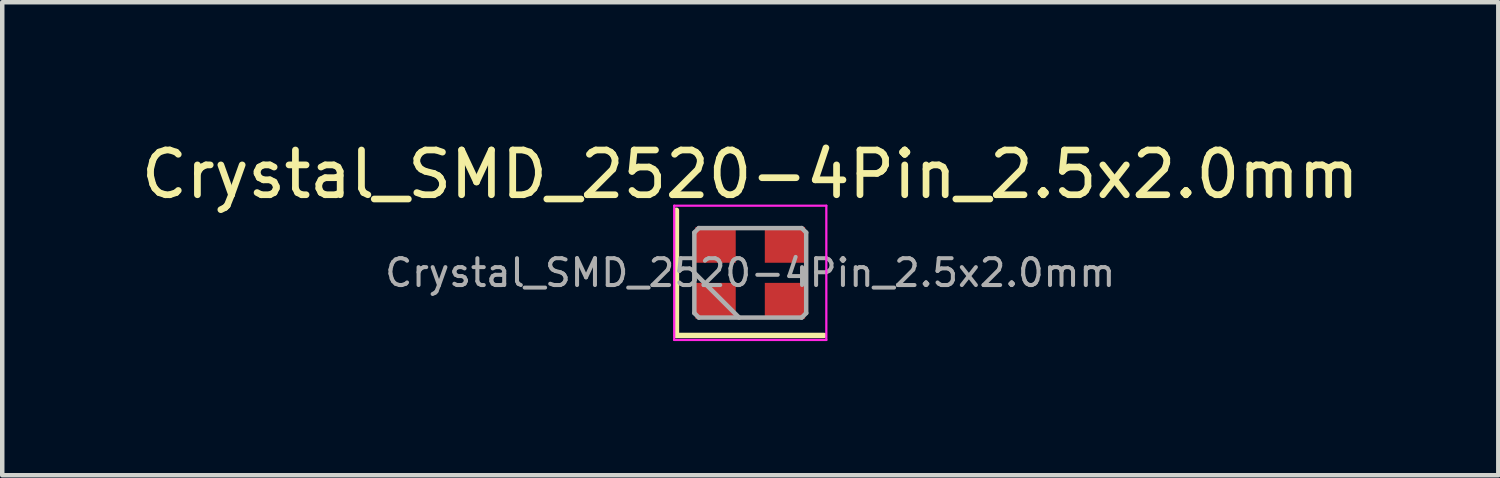
<source format=kicad_pcb>
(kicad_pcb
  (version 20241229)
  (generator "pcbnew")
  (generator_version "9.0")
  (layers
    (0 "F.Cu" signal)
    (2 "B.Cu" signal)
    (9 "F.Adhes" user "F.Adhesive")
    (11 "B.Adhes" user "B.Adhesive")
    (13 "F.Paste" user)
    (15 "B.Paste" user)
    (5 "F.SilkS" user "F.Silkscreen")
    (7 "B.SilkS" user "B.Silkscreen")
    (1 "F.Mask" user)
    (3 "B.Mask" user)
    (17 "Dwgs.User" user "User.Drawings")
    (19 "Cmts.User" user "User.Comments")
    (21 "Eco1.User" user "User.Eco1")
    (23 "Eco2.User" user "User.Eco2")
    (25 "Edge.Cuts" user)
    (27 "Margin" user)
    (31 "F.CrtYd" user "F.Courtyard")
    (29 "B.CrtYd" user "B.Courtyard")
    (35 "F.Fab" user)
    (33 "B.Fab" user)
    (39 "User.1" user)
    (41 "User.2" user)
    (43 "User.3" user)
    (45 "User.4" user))
  (footprint "Crystal_SMD_2520-4Pin_2.5x2.0mm"
    (layer "F.Cu")
    (at 13.72 3.048)
    (property "Reference" "Crystal_SMD_2520-4Pin_2.5x2.0mm" (at 0 -2.2 0) (layer "F.SilkS") (effects (font (size 1 1) (thickness 0.15))))
    (attr smd)
    (fp_line (start -1.65 -1.4) (end -1.65 1.4) (stroke (width 0.12) (type solid)) (layer "F.SilkS"))
    (fp_line (start -1.65 1.4) (end 1.65 1.4) (stroke (width 0.12) (type solid)) (layer "F.SilkS"))
    (fp_line (start -1.7 -1.5) (end -1.7 1.5) (stroke (width 0.05) (type solid)) (layer "F.CrtYd"))
    (fp_line (start -1.7 1.5) (end 1.7 1.5) (stroke (width 0.05) (type solid)) (layer "F.CrtYd"))
    (fp_line (start 1.7 -1.5) (end -1.7 -1.5) (stroke (width 0.05) (type solid)) (layer "F.CrtYd"))
    (fp_line (start 1.7 1.5) (end 1.7 -1.5) (stroke (width 0.05) (type solid)) (layer "F.CrtYd"))
    (fp_line (start -1.25 -0.9) (end -1.15 -1) (stroke (width 0.1) (type solid)) (layer "F.Fab"))
    (fp_line (start -1.25 0) (end -0.25 1) (stroke (width 0.1) (type solid)) (layer "F.Fab"))
    (fp_line (start -1.25 0.9) (end -1.25 -0.9) (stroke (width 0.1) (type solid)) (layer "F.Fab"))
    (fp_line (start -1.15 -1) (end 1.15 -1) (stroke (width 0.1) (type solid)) (layer "F.Fab"))
    (fp_line (start -1.15 1) (end -1.25 0.9) (stroke (width 0.1) (type solid)) (layer "F.Fab"))
    (fp_line (start 1.15 -1) (end 1.25 -0.9) (stroke (width 0.1) (type solid)) (layer "F.Fab"))
    (fp_line (start 1.15 1) (end -1.15 1) (stroke (width 0.1) (type solid)) (layer "F.Fab"))
    (fp_line (start 1.25 -0.9) (end 1.25 0.9) (stroke (width 0.1) (type solid)) (layer "F.Fab"))
    (fp_line (start 1.25 0.9) (end 1.15 1) (stroke (width 0.1) (type solid)) (layer "F.Fab"))
    (fp_text user "${REFERENCE}" (at 0 0 0) (layer "F.Fab") (effects (font (size 0.6 0.6) (thickness 0.09))))
    (pad "1" smd rect (at -0.775 0.625) (size 0.9 0.8) (layers "F.Cu" "F.Mask" "F.Paste"))
    (pad "2" smd rect (at 0.775 0.625) (size 0.9 0.8) (layers "F.Cu" "F.Mask" "F.Paste"))
    (pad "3" smd rect (at 0.775 -0.625) (size 0.9 0.8) (layers "F.Cu" "F.Mask" "F.Paste"))
    (pad "4" smd rect (at -0.775 -0.625) (size 0.9 0.8) (layers "F.Cu" "F.Mask" "F.Paste")))
  (gr_rect
    (start -3 -3)
    (end 30.44 7.573)
    (stroke (width 0.1) (type default))
    (fill no)
    (layer "Edge.Cuts")))
</source>
